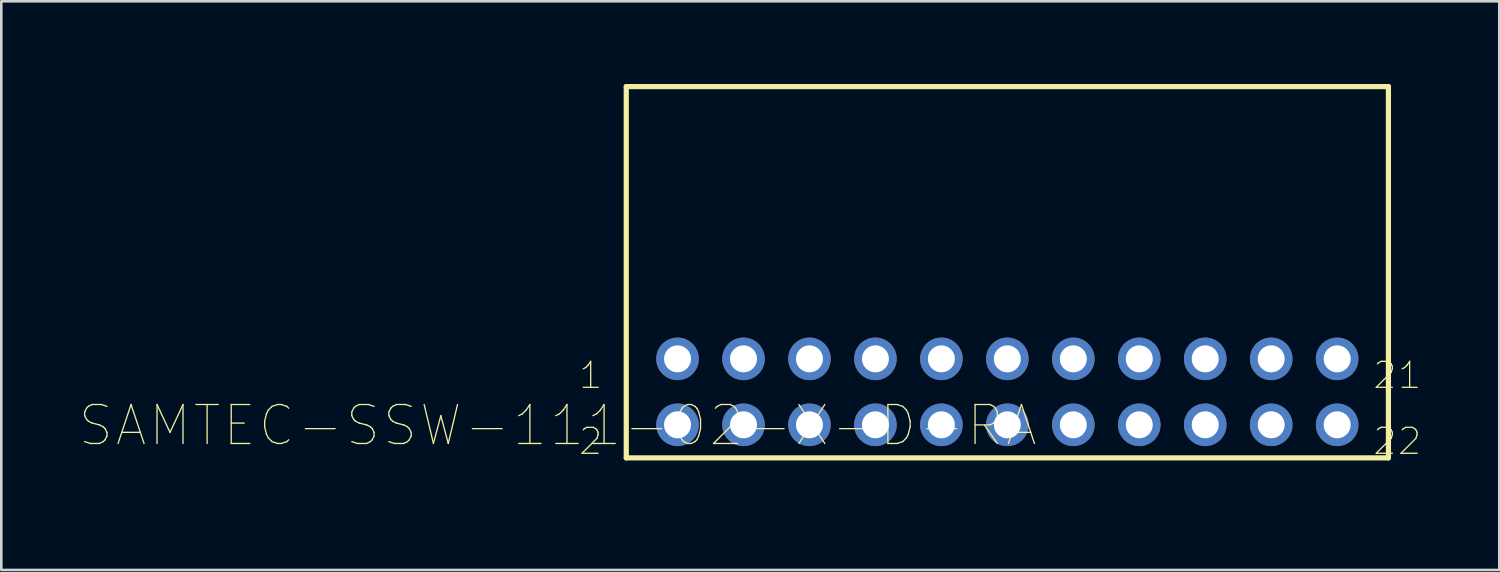
<source format=kicad_pcb>
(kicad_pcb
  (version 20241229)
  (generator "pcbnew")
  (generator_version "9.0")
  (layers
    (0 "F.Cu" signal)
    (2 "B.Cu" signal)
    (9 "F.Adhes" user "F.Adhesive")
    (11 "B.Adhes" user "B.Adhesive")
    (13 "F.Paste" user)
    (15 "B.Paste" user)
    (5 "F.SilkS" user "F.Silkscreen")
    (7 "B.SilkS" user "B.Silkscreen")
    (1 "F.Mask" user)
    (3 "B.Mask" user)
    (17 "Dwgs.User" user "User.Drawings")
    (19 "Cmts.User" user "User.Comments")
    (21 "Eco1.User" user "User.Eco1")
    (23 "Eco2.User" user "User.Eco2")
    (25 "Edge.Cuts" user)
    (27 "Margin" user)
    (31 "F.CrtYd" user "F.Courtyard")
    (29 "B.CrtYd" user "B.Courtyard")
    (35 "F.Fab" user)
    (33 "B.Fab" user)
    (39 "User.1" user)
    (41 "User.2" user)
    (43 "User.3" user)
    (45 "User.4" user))
  (footprint "SAMTEC-SSW-111-02-X-D-RA"
    (layer "F.Cu")
    (at 35.739 4.99)
    (property "Reference" "SAMTEC-SSW-111-02-X-D-RA" (at -17.314 8.345 0) (layer "F.SilkS") (effects (font (size 1.5 1.5) (thickness 0.05))))
    (attr through_hole)
    (fp_circle (center -12.7 5.778) (end -11.829 5.778) (stroke (width 0.1) (type solid)) (fill no) (layer "F.Mask"))
    (fp_circle (center -12.7 8.318) (end -11.829 8.318) (stroke (width 0.1) (type solid)) (fill no) (layer "F.Mask"))
    (fp_circle (center -10.16 5.778) (end -9.289 5.778) (stroke (width 0.1) (type solid)) (fill no) (layer "F.Mask"))
    (fp_circle (center -10.16 8.318) (end -9.289 8.318) (stroke (width 0.1) (type solid)) (fill no) (layer "F.Mask"))
    (fp_circle (center -7.62 5.778) (end -6.749 5.778) (stroke (width 0.1) (type solid)) (fill no) (layer "F.Mask"))
    (fp_circle (center -7.62 8.318) (end -6.749 8.318) (stroke (width 0.1) (type solid)) (fill no) (layer "F.Mask"))
    (fp_circle (center -5.08 5.778) (end -4.209 5.778) (stroke (width 0.1) (type solid)) (fill no) (layer "F.Mask"))
    (fp_circle (center -5.08 8.318) (end -4.209 8.318) (stroke (width 0.1) (type solid)) (fill no) (layer "F.Mask"))
    (fp_circle (center -2.54 5.778) (end -1.669 5.778) (stroke (width 0.1) (type solid)) (fill no) (layer "F.Mask"))
    (fp_circle (center -2.54 8.318) (end -1.669 8.318) (stroke (width 0.1) (type solid)) (fill no) (layer "F.Mask"))
    (fp_circle (center 0 5.778) (end 0.871 5.778) (stroke (width 0.1) (type solid)) (fill no) (layer "F.Mask"))
    (fp_circle (center 0 8.318) (end 0.871 8.318) (stroke (width 0.1) (type solid)) (fill no) (layer "F.Mask"))
    (fp_circle (center 2.54 5.778) (end 3.411 5.778) (stroke (width 0.1) (type solid)) (fill no) (layer "F.Mask"))
    (fp_circle (center 2.54 8.318) (end 3.411 8.318) (stroke (width 0.1) (type solid)) (fill no) (layer "F.Mask"))
    (fp_circle (center 5.08 5.778) (end 5.951 5.778) (stroke (width 0.1) (type solid)) (fill no) (layer "F.Mask"))
    (fp_circle (center 5.08 8.318) (end 5.951 8.318) (stroke (width 0.1) (type solid)) (fill no) (layer "F.Mask"))
    (fp_circle (center 7.62 5.778) (end 8.491 5.778) (stroke (width 0.1) (type solid)) (fill no) (layer "F.Mask"))
    (fp_circle (center 7.62 8.318) (end 8.491 8.318) (stroke (width 0.1) (type solid)) (fill no) (layer "F.Mask"))
    (fp_circle (center 10.16 5.778) (end 11.031 5.778) (stroke (width 0.1) (type solid)) (fill no) (layer "F.Mask"))
    (fp_circle (center 10.16 8.318) (end 11.031 8.318) (stroke (width 0.1) (type solid)) (fill no) (layer "F.Mask"))
    (fp_circle (center 12.7 5.778) (end 13.571 5.778) (stroke (width 0.1) (type solid)) (fill no) (layer "F.Mask"))
    (fp_circle (center 12.7 8.318) (end 13.571 8.318) (stroke (width 0.1) (type solid)) (fill no) (layer "F.Mask"))
    (fp_circle (center -12.7 5.778) (end -11.829 5.778) (stroke (width 0.1) (type solid)) (fill no) (layer "B.Mask"))
    (fp_circle (center -12.7 8.318) (end -11.829 8.318) (stroke (width 0.1) (type solid)) (fill no) (layer "B.Mask"))
    (fp_circle (center -10.16 5.778) (end -9.289 5.778) (stroke (width 0.1) (type solid)) (fill no) (layer "B.Mask"))
    (fp_circle (center -10.16 8.318) (end -9.289 8.318) (stroke (width 0.1) (type solid)) (fill no) (layer "B.Mask"))
    (fp_circle (center -7.62 5.778) (end -6.749 5.778) (stroke (width 0.1) (type solid)) (fill no) (layer "B.Mask"))
    (fp_circle (center -7.62 8.318) (end -6.749 8.318) (stroke (width 0.1) (type solid)) (fill no) (layer "B.Mask"))
    (fp_circle (center -5.08 5.778) (end -4.209 5.778) (stroke (width 0.1) (type solid)) (fill no) (layer "B.Mask"))
    (fp_circle (center -5.08 8.318) (end -4.209 8.318) (stroke (width 0.1) (type solid)) (fill no) (layer "B.Mask"))
    (fp_circle (center -2.54 5.778) (end -1.669 5.778) (stroke (width 0.1) (type solid)) (fill no) (layer "B.Mask"))
    (fp_circle (center -2.54 8.318) (end -1.669 8.318) (stroke (width 0.1) (type solid)) (fill no) (layer "B.Mask"))
    (fp_circle (center 0 5.778) (end 0.871 5.778) (stroke (width 0.1) (type solid)) (fill no) (layer "B.Mask"))
    (fp_circle (center 0 8.318) (end 0.871 8.318) (stroke (width 0.1) (type solid)) (fill no) (layer "B.Mask"))
    (fp_circle (center 2.54 5.778) (end 3.411 5.778) (stroke (width 0.1) (type solid)) (fill no) (layer "B.Mask"))
    (fp_circle (center 2.54 8.318) (end 3.411 8.318) (stroke (width 0.1) (type solid)) (fill no) (layer "B.Mask"))
    (fp_circle (center 5.08 5.778) (end 5.951 5.778) (stroke (width 0.1) (type solid)) (fill no) (layer "B.Mask"))
    (fp_circle (center 5.08 8.318) (end 5.951 8.318) (stroke (width 0.1) (type solid)) (fill no) (layer "B.Mask"))
    (fp_circle (center 7.62 5.778) (end 8.491 5.778) (stroke (width 0.1) (type solid)) (fill no) (layer "B.Mask"))
    (fp_circle (center 7.62 8.318) (end 8.491 8.318) (stroke (width 0.1) (type solid)) (fill no) (layer "B.Mask"))
    (fp_circle (center 10.16 5.778) (end 11.031 5.778) (stroke (width 0.1) (type solid)) (fill no) (layer "B.Mask"))
    (fp_circle (center 10.16 8.318) (end 11.031 8.318) (stroke (width 0.1) (type solid)) (fill no) (layer "B.Mask"))
    (fp_circle (center 12.7 5.778) (end 13.571 5.778) (stroke (width 0.1) (type solid)) (fill no) (layer "B.Mask"))
    (fp_circle (center 12.7 8.318) (end 13.571 8.318) (stroke (width 0.1) (type solid)) (fill no) (layer "B.Mask"))
    (fp_line (start -14.674 -4.705) (end -14.674 9.59) (stroke (width 0.2) (type solid)) (layer "F.SilkS"))
    (fp_line (start -14.674 9.59) (end 14.674 9.59) (stroke (width 0.2) (type solid)) (layer "F.SilkS"))
    (fp_line (start 14.674 -4.705) (end -14.674 -4.705) (stroke (width 0.2) (type solid)) (layer "F.SilkS"))
    (fp_line (start 14.674 9.59) (end 14.674 -4.705) (stroke (width 0.2) (type solid)) (layer "F.SilkS"))
    (fp_poly (pts (xy -14.909 9.825) (xy -14.909 -4.94) (xy 14.909 -4.94) (xy 14.909 9.825) (xy -14.909 9.825)) (stroke (width 0.1) (type solid)) (fill no) (layer "Eco1.User"))
    (fp_line (start -14.674 -4.705) (end -14.674 9.59) (stroke (width 0.1) (type solid)) (layer "Eco2.User"))
    (fp_line (start -14.674 9.59) (end 14.674 9.59) (stroke (width 0.1) (type solid)) (layer "Eco2.User"))
    (fp_line (start -14.224 -4.254) (end -14.224 4.254) (stroke (width 0.1) (type solid)) (layer "Eco2.User"))
    (fp_line (start -14.224 4.254) (end -13.716 4.254) (stroke (width 0.1) (type solid)) (layer "Eco2.User"))
    (fp_line (start -14.224 4.956) (end -14.224 9.02) (stroke (width 0.1) (type solid)) (layer "Eco2.User"))
    (fp_line (start -14.224 8.318) (end -13.652 8.239) (stroke (width 0.1) (type solid)) (layer "Eco2.User"))
    (fp_line (start -14.224 8.318) (end -13.652 8.398) (stroke (width 0.1) (type solid)) (layer "Eco2.User"))
    (fp_line (start -14.224 8.318) (end -13.589 8.477) (stroke (width 0.1) (type solid)) (layer "Eco2.User"))
    (fp_line (start -13.818 10.668) (end -12.7 10.668) (stroke (width 0.1) (type solid)) (layer "Eco2.User"))
    (fp_line (start -13.716 3.746) (end -11.684 3.746) (stroke (width 0.1) (type solid)) (layer "Eco2.User"))
    (fp_line (start -13.716 4.254) (end -13.716 3.746) (stroke (width 0.1) (type solid)) (layer "Eco2.User"))
    (fp_line (start -13.716 8.318) (end -14.224 8.318) (stroke (width 0.1) (type solid)) (layer "Eco2.User"))
    (fp_line (start -13.716 8.318) (end -13.589 8.16) (stroke (width 0.1) (type solid)) (layer "Eco2.User"))
    (fp_line (start -13.652 8.239) (end -13.589 8.16) (stroke (width 0.1) (type solid)) (layer "Eco2.User"))
    (fp_line (start -13.652 8.398) (end -13.716 8.318) (stroke (width 0.1) (type solid)) (layer "Eco2.User"))
    (fp_line (start -13.589 8.16) (end -14.224 8.318) (stroke (width 0.1) (type solid)) (layer "Eco2.User"))
    (fp_line (start -13.589 8.477) (end -13.716 8.318) (stroke (width 0.1) (type solid)) (layer "Eco2.User"))
    (fp_line (start -13.094 3.746) (end -13.094 8.522) (stroke (width 0.1) (type solid)) (layer "Eco2.User"))
    (fp_line (start -13.094 8.522) (end -12.306 8.522) (stroke (width 0.1) (type solid)) (layer "Eco2.User"))
    (fp_line (start -12.7 10.668) (end -12.128 10.589) (stroke (width 0.1) (type solid)) (layer "Eco2.User"))
    (fp_line (start -12.7 10.668) (end -12.128 10.747) (stroke (width 0.1) (type solid)) (layer "Eco2.User"))
    (fp_line (start -12.7 10.668) (end -12.065 10.827) (stroke (width 0.1) (type solid)) (layer "Eco2.User"))
    (fp_line (start -12.7 10.668) (end -10.16 10.668) (stroke (width 0.1) (type solid)) (layer "Eco2.User"))
    (fp_line (start -12.306 8.522) (end -12.306 3.746) (stroke (width 0.1) (type solid)) (layer "Eco2.User"))
    (fp_line (start -12.192 10.668) (end -12.7 10.668) (stroke (width 0.1) (type solid)) (layer "Eco2.User"))
    (fp_line (start -12.192 10.668) (end -12.065 10.509) (stroke (width 0.1) (type solid)) (layer "Eco2.User"))
    (fp_line (start -12.128 10.589) (end -12.065 10.509) (stroke (width 0.1) (type solid)) (layer "Eco2.User"))
    (fp_line (start -12.128 10.747) (end -12.192 10.668) (stroke (width 0.1) (type solid)) (layer "Eco2.User"))
    (fp_line (start -12.065 10.509) (end -12.7 10.668) (stroke (width 0.1) (type solid)) (layer "Eco2.User"))
    (fp_line (start -12.065 10.827) (end -12.192 10.668) (stroke (width 0.1) (type solid)) (layer "Eco2.User"))
    (fp_line (start -11.684 3.746) (end -11.684 4.254) (stroke (width 0.1) (type solid)) (layer "Eco2.User"))
    (fp_line (start -11.684 4.254) (end -11.43 4.254) (stroke (width 0.1) (type solid)) (layer "Eco2.User"))
    (fp_line (start -11.43 -4.254) (end -14.224 -4.254) (stroke (width 0.1) (type solid)) (layer "Eco2.User"))
    (fp_line (start -11.176 3.746) (end -11.176 4.254) (stroke (width 0.1) (type solid)) (layer "Eco2.User"))
    (fp_line (start -11.176 4.254) (end -11.43 4.254) (stroke (width 0.1) (type solid)) (layer "Eco2.User"))
    (fp_line (start -10.795 10.509) (end -10.668 10.668) (stroke (width 0.1) (type solid)) (layer "Eco2.User"))
    (fp_line (start -10.795 10.827) (end -10.16 10.668) (stroke (width 0.1) (type solid)) (layer "Eco2.User"))
    (fp_line (start -10.732 10.589) (end -10.668 10.668) (stroke (width 0.1) (type solid)) (layer "Eco2.User"))
    (fp_line (start -10.732 10.747) (end -10.795 10.827) (stroke (width 0.1) (type solid)) (layer "Eco2.User"))
    (fp_line (start -10.668 10.668) (end -10.795 10.827) (stroke (width 0.1) (type solid)) (layer "Eco2.User"))
    (fp_line (start -10.668 10.668) (end -10.16 10.668) (stroke (width 0.1) (type solid)) (layer "Eco2.User"))
    (fp_line (start -10.554 3.746) (end -10.554 8.522) (stroke (width 0.1) (type solid)) (layer "Eco2.User"))
    (fp_line (start -10.554 8.522) (end -9.766 8.522) (stroke (width 0.1) (type solid)) (layer "Eco2.User"))
    (fp_line (start -10.16 10.668) (end -10.795 10.509) (stroke (width 0.1) (type solid)) (layer "Eco2.User"))
    (fp_line (start -10.16 10.668) (end -10.732 10.589) (stroke (width 0.1) (type solid)) (layer "Eco2.User"))
    (fp_line (start -10.16 10.668) (end -10.732 10.747) (stroke (width 0.1) (type solid)) (layer "Eco2.User"))
    (fp_line (start -9.766 8.522) (end -9.766 3.746) (stroke (width 0.1) (type solid)) (layer "Eco2.User"))
    (fp_line (start -9.144 3.746) (end -11.176 3.746) (stroke (width 0.1) (type solid)) (layer "Eco2.User"))
    (fp_line (start -9.144 4.254) (end -9.144 3.746) (stroke (width 0.1) (type solid)) (layer "Eco2.User"))
    (fp_line (start -8.89 -4.254) (end -11.43 -4.254) (stroke (width 0.1) (type solid)) (layer "Eco2.User"))
    (fp_line (start -8.89 4.254) (end -9.144 4.254) (stroke (width 0.1) (type solid)) (layer "Eco2.User"))
    (fp_line (start -8.636 3.746) (end -8.636 4.254) (stroke (width 0.1) (type solid)) (layer "Eco2.User"))
    (fp_line (start -8.636 4.254) (end -8.89 4.254) (stroke (width 0.1) (type solid)) (layer "Eco2.User"))
    (fp_line (start -8.014 3.746) (end -8.014 8.522) (stroke (width 0.1) (type solid)) (layer "Eco2.User"))
    (fp_line (start -8.014 8.522) (end -7.226 8.522) (stroke (width 0.1) (type solid)) (layer "Eco2.User"))
    (fp_line (start -7.226 8.522) (end -7.226 3.746) (stroke (width 0.1) (type solid)) (layer "Eco2.User"))
    (fp_line (start -6.604 3.746) (end -8.636 3.746) (stroke (width 0.1) (type solid)) (layer "Eco2.User"))
    (fp_line (start -6.604 4.254) (end -6.604 3.746) (stroke (width 0.1) (type solid)) (layer "Eco2.User"))
    (fp_line (start -6.35 -4.254) (end -8.89 -4.254) (stroke (width 0.1) (type solid)) (layer "Eco2.User"))
    (fp_line (start -6.35 4.254) (end -6.604 4.254) (stroke (width 0.1) (type solid)) (layer "Eco2.User"))
    (fp_line (start -6.096 3.746) (end -6.096 4.254) (stroke (width 0.1) (type solid)) (layer "Eco2.User"))
    (fp_line (start -6.096 4.254) (end -6.35 4.254) (stroke (width 0.1) (type solid)) (layer "Eco2.User"))
    (fp_line (start -5.474 3.746) (end -5.474 8.522) (stroke (width 0.1) (type solid)) (layer "Eco2.User"))
    (fp_line (start -5.474 8.522) (end -4.686 8.522) (stroke (width 0.1) (type solid)) (layer "Eco2.User"))
    (fp_line (start -4.686 8.522) (end -4.686 3.746) (stroke (width 0.1) (type solid)) (layer "Eco2.User"))
    (fp_line (start -4.064 3.746) (end -6.096 3.746) (stroke (width 0.1) (type solid)) (layer "Eco2.User"))
    (fp_line (start -4.064 4.254) (end -4.064 3.746) (stroke (width 0.1) (type solid)) (layer "Eco2.User"))
    (fp_line (start -3.81 -4.254) (end -6.35 -4.254) (stroke (width 0.1) (type solid)) (layer "Eco2.User"))
    (fp_line (start -3.81 4.254) (end -4.064 4.254) (stroke (width 0.1) (type solid)) (layer "Eco2.User"))
    (fp_line (start -3.556 3.746) (end -3.556 4.254) (stroke (width 0.1) (type solid)) (layer "Eco2.User"))
    (fp_line (start -3.556 4.254) (end -3.81 4.254) (stroke (width 0.1) (type solid)) (layer "Eco2.User"))
    (fp_line (start -2.934 3.746) (end -2.934 8.522) (stroke (width 0.1) (type solid)) (layer "Eco2.User"))
    (fp_line (start -2.934 8.522) (end -2.146 8.522) (stroke (width 0.1) (type solid)) (layer "Eco2.User"))
    (fp_line (start -2.146 8.522) (end -2.146 3.746) (stroke (width 0.1) (type solid)) (layer "Eco2.User"))
    (fp_line (start -1.524 3.746) (end -3.556 3.746) (stroke (width 0.1) (type solid)) (layer "Eco2.User"))
    (fp_line (start -1.524 4.254) (end -1.524 3.746) (stroke (width 0.1) (type solid)) (layer "Eco2.User"))
    (fp_line (start -1.27 -4.254) (end -3.81 -4.254) (stroke (width 0.1) (type solid)) (layer "Eco2.User"))
    (fp_line (start -1.27 4.254) (end -1.524 4.254) (stroke (width 0.1) (type solid)) (layer "Eco2.User"))
    (fp_line (start -1.016 3.746) (end -1.016 4.254) (stroke (width 0.1) (type solid)) (layer "Eco2.User"))
    (fp_line (start -1.016 4.254) (end -1.27 4.254) (stroke (width 0.1) (type solid)) (layer "Eco2.User"))
    (fp_line (start -0.991 8.318) (end -14.224 8.318) (stroke (width 0.1) (type solid)) (layer "Eco2.User"))
    (fp_line (start -0.394 3.746) (end -0.394 8.522) (stroke (width 0.1) (type solid)) (layer "Eco2.User"))
    (fp_line (start -0.394 8.522) (end 0.394 8.522) (stroke (width 0.1) (type solid)) (layer "Eco2.User"))
    (fp_line (start 0.394 8.522) (end 0.394 3.746) (stroke (width 0.1) (type solid)) (layer "Eco2.User"))
    (fp_line (start 0.991 8.318) (end 14.224 8.318) (stroke (width 0.1) (type solid)) (layer "Eco2.User"))
    (fp_line (start 1.016 3.746) (end -1.016 3.746) (stroke (width 0.1) (type solid)) (layer "Eco2.User"))
    (fp_line (start 1.016 4.254) (end 1.016 3.746) (stroke (width 0.1) (type solid)) (layer "Eco2.User"))
    (fp_line (start 1.27 -4.254) (end -1.27 -4.254) (stroke (width 0.1) (type solid)) (layer "Eco2.User"))
    (fp_line (start 1.27 4.254) (end 1.016 4.254) (stroke (width 0.1) (type solid)) (layer "Eco2.User"))
    (fp_line (start 1.524 3.746) (end 1.524 4.254) (stroke (width 0.1) (type solid)) (layer "Eco2.User"))
    (fp_line (start 1.524 4.254) (end 1.27 4.254) (stroke (width 0.1) (type solid)) (layer "Eco2.User"))
    (fp_line (start 2.146 3.746) (end 2.146 8.522) (stroke (width 0.1) (type solid)) (layer "Eco2.User"))
    (fp_line (start 2.146 8.522) (end 2.934 8.522) (stroke (width 0.1) (type solid)) (layer "Eco2.User"))
    (fp_line (start 2.934 8.522) (end 2.934 3.746) (stroke (width 0.1) (type solid)) (layer "Eco2.User"))
    (fp_line (start 3.556 3.746) (end 1.524 3.746) (stroke (width 0.1) (type solid)) (layer "Eco2.User"))
    (fp_line (start 3.556 4.254) (end 3.556 3.746) (stroke (width 0.1) (type solid)) (layer "Eco2.User"))
    (fp_line (start 3.81 -4.254) (end 1.27 -4.254) (stroke (width 0.1) (type solid)) (layer "Eco2.User"))
    (fp_line (start 3.81 4.254) (end 3.556 4.254) (stroke (width 0.1) (type solid)) (layer "Eco2.User"))
    (fp_line (start 4.064 3.746) (end 4.064 4.254) (stroke (width 0.1) (type solid)) (layer "Eco2.User"))
    (fp_line (start 4.064 4.254) (end 3.81 4.254) (stroke (width 0.1) (type solid)) (layer "Eco2.User"))
    (fp_line (start 4.686 3.746) (end 4.686 8.522) (stroke (width 0.1) (type solid)) (layer "Eco2.User"))
    (fp_line (start 4.686 8.522) (end 5.474 8.522) (stroke (width 0.1) (type solid)) (layer "Eco2.User"))
    (fp_line (start 5.474 8.522) (end 5.474 3.746) (stroke (width 0.1) (type solid)) (layer "Eco2.User"))
    (fp_line (start 6.096 3.746) (end 4.064 3.746) (stroke (width 0.1) (type solid)) (layer "Eco2.User"))
    (fp_line (start 6.096 4.254) (end 6.096 3.746) (stroke (width 0.1) (type solid)) (layer "Eco2.User"))
    (fp_line (start 6.35 -4.254) (end 3.81 -4.254) (stroke (width 0.1) (type solid)) (layer "Eco2.User"))
    (fp_line (start 6.35 4.254) (end 6.096 4.254) (stroke (width 0.1) (type solid)) (layer "Eco2.User"))
    (fp_line (start 6.604 3.746) (end 6.604 4.254) (stroke (width 0.1) (type solid)) (layer "Eco2.User"))
    (fp_line (start 6.604 4.254) (end 6.35 4.254) (stroke (width 0.1) (type solid)) (layer "Eco2.User"))
    (fp_line (start 7.226 3.746) (end 7.226 8.522) (stroke (width 0.1) (type solid)) (layer "Eco2.User"))
    (fp_line (start 7.226 8.522) (end 8.014 8.522) (stroke (width 0.1) (type solid)) (layer "Eco2.User"))
    (fp_line (start 8.014 8.522) (end 8.014 3.746) (stroke (width 0.1) (type solid)) (layer "Eco2.User"))
    (fp_line (start 8.636 3.746) (end 6.604 3.746) (stroke (width 0.1) (type solid)) (layer "Eco2.User"))
    (fp_line (start 8.636 4.254) (end 8.636 3.746) (stroke (width 0.1) (type solid)) (layer "Eco2.User"))
    (fp_line (start 8.89 -4.254) (end 6.35 -4.254) (stroke (width 0.1) (type solid)) (layer "Eco2.User"))
    (fp_line (start 8.89 4.254) (end 8.636 4.254) (stroke (width 0.1) (type solid)) (layer "Eco2.User"))
    (fp_line (start 9.144 3.746) (end 9.144 4.254) (stroke (width 0.1) (type solid)) (layer "Eco2.User"))
    (fp_line (start 9.144 4.254) (end 8.89 4.254) (stroke (width 0.1) (type solid)) (layer "Eco2.User"))
    (fp_line (start 9.766 3.746) (end 9.766 8.522) (stroke (width 0.1) (type solid)) (layer "Eco2.User"))
    (fp_line (start 9.766 8.522) (end 10.554 8.522) (stroke (width 0.1) (type solid)) (layer "Eco2.User"))
    (fp_line (start 10.554 8.522) (end 10.554 3.746) (stroke (width 0.1) (type solid)) (layer "Eco2.User"))
    (fp_line (start 11.176 3.746) (end 9.144 3.746) (stroke (width 0.1) (type solid)) (layer "Eco2.User"))
    (fp_line (start 11.176 4.254) (end 11.176 3.746) (stroke (width 0.1) (type solid)) (layer "Eco2.User"))
    (fp_line (start 11.43 -4.254) (end 8.89 -4.254) (stroke (width 0.1) (type solid)) (layer "Eco2.User"))
    (fp_line (start 11.43 -4.254) (end 14.224 -4.254) (stroke (width 0.1) (type solid)) (layer "Eco2.User"))
    (fp_line (start 11.43 4.254) (end 11.176 4.254) (stroke (width 0.1) (type solid)) (layer "Eco2.User"))
    (fp_line (start 11.684 3.746) (end 11.684 4.254) (stroke (width 0.1) (type solid)) (layer "Eco2.User"))
    (fp_line (start 11.684 4.254) (end 11.43 4.254) (stroke (width 0.1) (type solid)) (layer "Eco2.User"))
    (fp_line (start 12.306 3.746) (end 12.306 8.522) (stroke (width 0.1) (type solid)) (layer "Eco2.User"))
    (fp_line (start 12.306 8.522) (end 13.094 8.522) (stroke (width 0.1) (type solid)) (layer "Eco2.User"))
    (fp_line (start 13.094 8.522) (end 13.094 3.746) (stroke (width 0.1) (type solid)) (layer "Eco2.User"))
    (fp_line (start 13.589 8.16) (end 13.716 8.318) (stroke (width 0.1) (type solid)) (layer "Eco2.User"))
    (fp_line (start 13.589 8.477) (end 14.224 8.318) (stroke (width 0.1) (type solid)) (layer "Eco2.User"))
    (fp_line (start 13.652 8.239) (end 13.716 8.318) (stroke (width 0.1) (type solid)) (layer "Eco2.User"))
    (fp_line (start 13.652 8.398) (end 13.589 8.477) (stroke (width 0.1) (type solid)) (layer "Eco2.User"))
    (fp_line (start 13.716 3.746) (end 11.684 3.746) (stroke (width 0.1) (type solid)) (layer "Eco2.User"))
    (fp_line (start 13.716 4.254) (end 13.716 3.746) (stroke (width 0.1) (type solid)) (layer "Eco2.User"))
    (fp_line (start 13.716 8.318) (end 13.589 8.477) (stroke (width 0.1) (type solid)) (layer "Eco2.User"))
    (fp_line (start 13.716 8.318) (end 14.224 8.318) (stroke (width 0.1) (type solid)) (layer "Eco2.User"))
    (fp_line (start 14.224 -4.254) (end 14.224 4.254) (stroke (width 0.1) (type solid)) (layer "Eco2.User"))
    (fp_line (start 14.224 4.254) (end 13.716 4.254) (stroke (width 0.1) (type solid)) (layer "Eco2.User"))
    (fp_line (start 14.224 4.956) (end 14.224 9.02) (stroke (width 0.1) (type solid)) (layer "Eco2.User"))
    (fp_line (start 14.224 8.318) (end 13.589 8.16) (stroke (width 0.1) (type solid)) (layer "Eco2.User"))
    (fp_line (start 14.224 8.318) (end 13.652 8.239) (stroke (width 0.1) (type solid)) (layer "Eco2.User"))
    (fp_line (start 14.224 8.318) (end 13.652 8.398) (stroke (width 0.1) (type solid)) (layer "Eco2.User"))
    (fp_line (start 14.674 -4.705) (end -14.674 -4.705) (stroke (width 0.1) (type solid)) (layer "Eco2.User"))
    (fp_line (start 14.674 9.59) (end 14.674 -4.705) (stroke (width 0.1) (type solid)) (layer "Eco2.User"))
    (fp_poly (pts (xy -15.24 10.858) (xy -15.24 3.238) (xy 15.24 3.238) (xy 15.24 10.858) (xy -15.24 10.858)) (stroke (width 0.1) (type solid)) (fill no) (layer "Eco2.User"))
    (fp_text user "2" (at -16.044 8.954 0) (layer "F.SilkS") (effects (font (size 1 1) (thickness 0.05))))
    (fp_text user "1" (at -16.044 6.414 0) (layer "F.SilkS") (effects (font (size 1 1) (thickness 0.05))))
    (fp_text user "21" (at 15.015 6.414 0) (layer "F.SilkS") (effects (font (size 1 1) (thickness 0.05))))
    (fp_text user "22" (at 15.015 8.954 0) (layer "F.SilkS") (effects (font (size 1 1) (thickness 0.05))))
    (fp_text user "22" (at 15.015 8.954 0) (layer "Edge.Cuts") (effects (font (size 1 1) (thickness 0.05))))
    (fp_text user "1" (at -16.044 6.414 0) (layer "Edge.Cuts") (effects (font (size 1 1) (thickness 0.05))))
    (fp_text user "28.448" (at -0.8 8.446 0) (layer "Edge.Cuts") (effects (font (size 1 1) (thickness 0.05))))
    (fp_text user "2" (at -16.044 8.954 0) (layer "Edge.Cuts") (effects (font (size 1 1) (thickness 0.05))))
    (fp_text user "21" (at 15.015 6.414 0) (layer "Edge.Cuts") (effects (font (size 1 1) (thickness 0.05))))
    (pad "1" thru_hole circle (at 12.7 8.318) (size 1.64 1.64) (drill 1.04) (layers "*.Cu" "*.Mask"))
    (pad "2" thru_hole circle (at 12.7 5.778) (size 1.64 1.64) (drill 1.04) (layers "*.Cu" "*.Mask"))
    (pad "3" thru_hole circle (at 10.16 8.318) (size 1.64 1.64) (drill 1.04) (layers "*.Cu" "*.Mask"))
    (pad "4" thru_hole circle (at 10.16 5.778) (size 1.64 1.64) (drill 1.04) (layers "*.Cu" "*.Mask"))
    (pad "5" thru_hole circle (at 7.62 8.318) (size 1.64 1.64) (drill 1.04) (layers "*.Cu" "*.Mask"))
    (pad "6" thru_hole circle (at 7.62 5.778) (size 1.64 1.64) (drill 1.04) (layers "*.Cu" "*.Mask"))
    (pad "7" thru_hole circle (at 5.08 8.318) (size 1.64 1.64) (drill 1.04) (layers "*.Cu" "*.Mask"))
    (pad "8" thru_hole circle (at 5.08 5.778) (size 1.64 1.64) (drill 1.04) (layers "*.Cu" "*.Mask"))
    (pad "9" thru_hole circle (at 2.54 8.318) (size 1.64 1.64) (drill 1.04) (layers "*.Cu" "*.Mask"))
    (pad "10" thru_hole circle (at 2.54 5.778) (size 1.64 1.64) (drill 1.04) (layers "*.Cu" "*.Mask"))
    (pad "11" thru_hole circle (at 0 8.318) (size 1.64 1.64) (drill 1.04) (layers "*.Cu" "*.Mask"))
    (pad "12" thru_hole circle (at 0 5.778) (size 1.64 1.64) (drill 1.04) (layers "*.Cu" "*.Mask"))
    (pad "13" thru_hole circle (at -2.54 8.318) (size 1.64 1.64) (drill 1.04) (layers "*.Cu" "*.Mask"))
    (pad "14" thru_hole circle (at -2.54 5.778) (size 1.64 1.64) (drill 1.04) (layers "*.Cu" "*.Mask"))
    (pad "15" thru_hole circle (at -5.08 8.318) (size 1.64 1.64) (drill 1.04) (layers "*.Cu" "*.Mask"))
    (pad "16" thru_hole circle (at -5.08 5.778) (size 1.64 1.64) (drill 1.04) (layers "*.Cu" "*.Mask"))
    (pad "17" thru_hole circle (at -7.62 8.318) (size 1.64 1.64) (drill 1.04) (layers "*.Cu" "*.Mask"))
    (pad "18" thru_hole circle (at -7.62 5.778) (size 1.64 1.64) (drill 1.04) (layers "*.Cu" "*.Mask"))
    (pad "19" thru_hole circle (at -10.16 8.318) (size 1.64 1.64) (drill 1.04) (layers "*.Cu" "*.Mask"))
    (pad "20" thru_hole circle (at -10.16 5.778) (size 1.64 1.64) (drill 1.04) (layers "*.Cu" "*.Mask"))
    (pad "21" thru_hole circle (at -12.7 8.318) (size 1.64 1.64) (drill 1.04) (layers "*.Cu" "*.Mask"))
    (pad "22" thru_hole circle (at -12.7 5.778) (size 1.64 1.64) (drill 1.04) (layers "*.Cu" "*.Mask")))
  (gr_rect
    (start -3 -3)
    (end 54.681 18.898)
    (stroke (width 0.1) (type default))
    (fill no)
    (layer "Edge.Cuts")))
</source>
